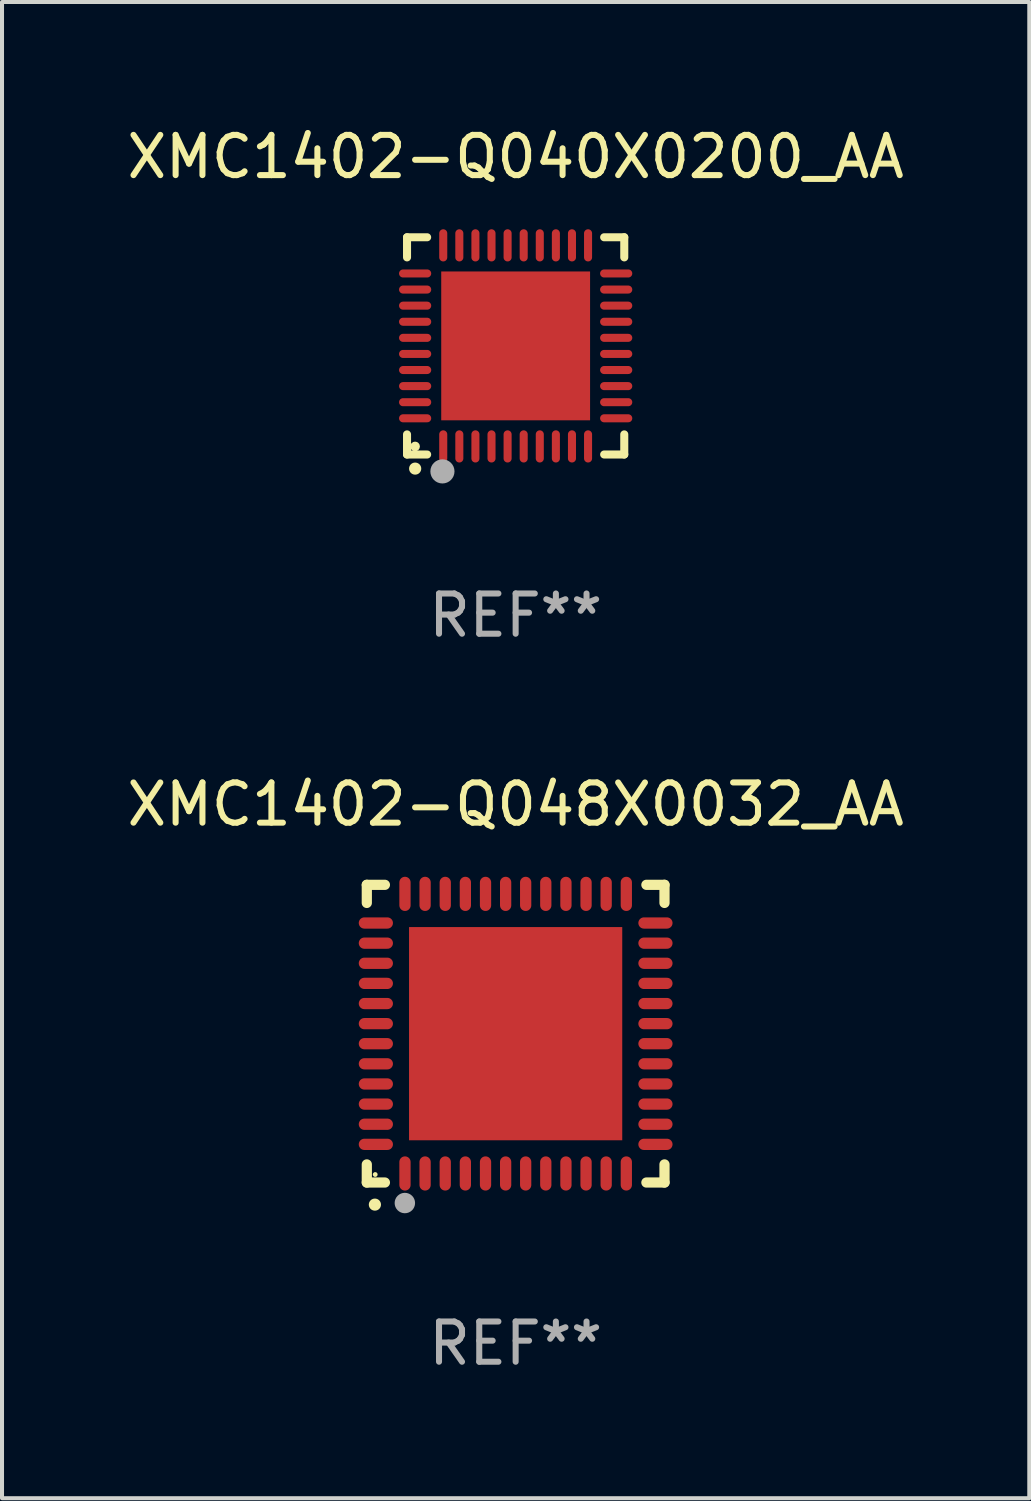
<source format=kicad_pcb>
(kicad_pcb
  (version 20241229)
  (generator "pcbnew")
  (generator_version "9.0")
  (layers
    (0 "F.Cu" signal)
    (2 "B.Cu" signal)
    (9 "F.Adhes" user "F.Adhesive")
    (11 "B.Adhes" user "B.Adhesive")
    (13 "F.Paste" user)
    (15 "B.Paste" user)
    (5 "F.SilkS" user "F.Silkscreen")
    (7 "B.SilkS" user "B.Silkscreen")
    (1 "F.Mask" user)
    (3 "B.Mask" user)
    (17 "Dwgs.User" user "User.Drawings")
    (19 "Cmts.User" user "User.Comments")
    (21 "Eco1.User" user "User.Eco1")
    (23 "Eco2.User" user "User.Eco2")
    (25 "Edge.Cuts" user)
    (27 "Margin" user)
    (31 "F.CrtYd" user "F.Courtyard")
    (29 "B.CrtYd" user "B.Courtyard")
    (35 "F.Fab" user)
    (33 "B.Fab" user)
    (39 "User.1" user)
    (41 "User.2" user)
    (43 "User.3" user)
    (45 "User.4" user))
  (footprint "XMC1402-Q040X0200_AA"
    (layer "F.Cu")
    (at 9.768 5.548)
    (property "Reference" "XMC1402-Q040X0200_AA" (at 0 -4.7 0) (layer "F.SilkS") (effects (font (size 1 1) (thickness 0.15))))
    (attr through_hole)
    (fp_line (start -2.7 -2.7) (end -2.7 -2.2) (stroke (width 0.2) (type solid)) (layer "F.SilkS"))
    (fp_line (start -2.7 2.7) (end -2.7 2.2) (stroke (width 0.2) (type solid)) (layer "F.SilkS"))
    (fp_line (start -2.2 -2.7) (end -2.7 -2.7) (stroke (width 0.2) (type solid)) (layer "F.SilkS"))
    (fp_line (start -2.2 2.7) (end -2.7 2.7) (stroke (width 0.2) (type solid)) (layer "F.SilkS"))
    (fp_line (start 2.7 -2.7) (end 2.2 -2.7) (stroke (width 0.2) (type solid)) (layer "F.SilkS"))
    (fp_line (start 2.7 -2.2) (end 2.7 -2.7) (stroke (width 0.2) (type solid)) (layer "F.SilkS"))
    (fp_line (start 2.7 2.2) (end 2.7 2.7) (stroke (width 0.2) (type solid)) (layer "F.SilkS"))
    (fp_line (start 2.7 2.7) (end 2.2 2.7) (stroke (width 0.2) (type solid)) (layer "F.SilkS"))
    (fp_arc (start -2.499365 3.050546) (mid -2.498095 3.050541) (end -2.496825 3.050546) (stroke (width 0.3) (type solid)) (layer "F.SilkS"))
    (fp_circle (center -2.5 2.5) (end -2.44 2.5) (stroke (width 0.12) (type solid)) (fill no) (layer "F.SilkS"))
    (fp_circle (center -1.82 3.12) (end -1.67 3.12) (stroke (width 0.3) (type solid)) (fill no) (layer "F.Fab"))
    (fp_text user "REF**" (at 0 6.7 0) (layer "F.Fab") (effects (font (size 1 1) (thickness 0.15))))
    (pad "1" smd oval (at -1.8 2.499) (size 0.2 0.8) (layers "F.Cu" "F.Mask" "F.Paste"))
    (pad "2" smd oval (at -1.4 2.499) (size 0.2 0.8) (layers "F.Cu" "F.Mask" "F.Paste"))
    (pad "3" smd oval (at -1 2.499) (size 0.2 0.8) (layers "F.Cu" "F.Mask" "F.Paste"))
    (pad "4" smd oval (at -0.6 2.499) (size 0.2 0.8) (layers "F.Cu" "F.Mask" "F.Paste"))
    (pad "5" smd oval (at -0.2 2.499) (size 0.2 0.8) (layers "F.Cu" "F.Mask" "F.Paste"))
    (pad "6" smd oval (at 0.2 2.499) (size 0.2 0.8) (layers "F.Cu" "F.Mask" "F.Paste"))
    (pad "7" smd oval (at 0.6 2.499) (size 0.2 0.8) (layers "F.Cu" "F.Mask" "F.Paste"))
    (pad "8" smd oval (at 1 2.499) (size 0.2 0.8) (layers "F.Cu" "F.Mask" "F.Paste"))
    (pad "9" smd oval (at 1.4 2.499) (size 0.2 0.8) (layers "F.Cu" "F.Mask" "F.Paste"))
    (pad "10" smd oval (at 1.8 2.499) (size 0.2 0.8) (layers "F.Cu" "F.Mask" "F.Paste"))
    (pad "11" smd oval (at 2.499 1.8) (size 0.8 0.2) (layers "F.Cu" "F.Mask" "F.Paste"))
    (pad "12" smd oval (at 2.499 1.4) (size 0.8 0.2) (layers "F.Cu" "F.Mask" "F.Paste"))
    (pad "13" smd oval (at 2.499 1) (size 0.8 0.2) (layers "F.Cu" "F.Mask" "F.Paste"))
    (pad "14" smd oval (at 2.499 0.6) (size 0.8 0.2) (layers "F.Cu" "F.Mask" "F.Paste"))
    (pad "15" smd oval (at 2.499 0.2) (size 0.8 0.2) (layers "F.Cu" "F.Mask" "F.Paste"))
    (pad "16" smd oval (at 2.499 -0.2) (size 0.8 0.2) (layers "F.Cu" "F.Mask" "F.Paste"))
    (pad "17" smd oval (at 2.499 -0.6) (size 0.8 0.2) (layers "F.Cu" "F.Mask" "F.Paste"))
    (pad "18" smd oval (at 2.499 -1) (size 0.8 0.2) (layers "F.Cu" "F.Mask" "F.Paste"))
    (pad "19" smd oval (at 2.499 -1.4) (size 0.8 0.2) (layers "F.Cu" "F.Mask" "F.Paste"))
    (pad "20" smd oval (at 2.499 -1.8) (size 0.8 0.2) (layers "F.Cu" "F.Mask" "F.Paste"))
    (pad "21" smd oval (at 1.8 -2.499) (size 0.2 0.8) (layers "F.Cu" "F.Mask" "F.Paste"))
    (pad "22" smd oval (at 1.4 -2.499) (size 0.2 0.8) (layers "F.Cu" "F.Mask" "F.Paste"))
    (pad "23" smd oval (at 1 -2.499) (size 0.2 0.8) (layers "F.Cu" "F.Mask" "F.Paste"))
    (pad "24" smd oval (at 0.6 -2.499) (size 0.2 0.8) (layers "F.Cu" "F.Mask" "F.Paste"))
    (pad "25" smd oval (at 0.2 -2.499) (size 0.2 0.8) (layers "F.Cu" "F.Mask" "F.Paste"))
    (pad "26" smd oval (at -0.2 -2.499) (size 0.2 0.8) (layers "F.Cu" "F.Mask" "F.Paste"))
    (pad "27" smd oval (at -0.6 -2.499) (size 0.2 0.8) (layers "F.Cu" "F.Mask" "F.Paste"))
    (pad "28" smd oval (at -1 -2.499) (size 0.2 0.8) (layers "F.Cu" "F.Mask" "F.Paste"))
    (pad "29" smd oval (at -1.4 -2.499) (size 0.2 0.8) (layers "F.Cu" "F.Mask" "F.Paste"))
    (pad "30" smd oval (at -1.8 -2.499) (size 0.2 0.8) (layers "F.Cu" "F.Mask" "F.Paste"))
    (pad "31" smd oval (at -2.499 -1.8) (size 0.8 0.2) (layers "F.Cu" "F.Mask" "F.Paste"))
    (pad "32" smd oval (at -2.499 -1.4) (size 0.8 0.2) (layers "F.Cu" "F.Mask" "F.Paste"))
    (pad "33" smd oval (at -2.499 -1) (size 0.8 0.2) (layers "F.Cu" "F.Mask" "F.Paste"))
    (pad "34" smd oval (at -2.499 -0.6) (size 0.8 0.2) (layers "F.Cu" "F.Mask" "F.Paste"))
    (pad "35" smd oval (at -2.499 -0.2) (size 0.8 0.2) (layers "F.Cu" "F.Mask" "F.Paste"))
    (pad "36" smd oval (at -2.499 0.2) (size 0.8 0.2) (layers "F.Cu" "F.Mask" "F.Paste"))
    (pad "37" smd oval (at -2.499 0.6) (size 0.8 0.2) (layers "F.Cu" "F.Mask" "F.Paste"))
    (pad "38" smd oval (at -2.499 1) (size 0.8 0.2) (layers "F.Cu" "F.Mask" "F.Paste"))
    (pad "39" smd oval (at -2.499 1.4) (size 0.8 0.2) (layers "F.Cu" "F.Mask" "F.Paste"))
    (pad "40" smd oval (at -2.499 1.8) (size 0.8 0.2) (layers "F.Cu" "F.Mask" "F.Paste"))
    (pad "41" smd rect (at 0 0) (size 3.7 3.7) (layers "F.Cu" "F.Mask" "F.Paste")))
  (footprint "XMC1402-Q048X0032_AA"
    (layer "F.Cu")
    (at 9.768 22.645)
    (property "Reference" "XMC1402-Q048X0032_AA" (at 0 -5.7 0) (layer "F.SilkS") (effects (font (size 1 1) (thickness 0.15))))
    (attr through_hole)
    (fp_line (start -3.7 -3.7) (end -3.25 -3.7) (stroke (width 0.254) (type solid)) (layer "F.SilkS"))
    (fp_line (start -3.7 -3.25) (end -3.7 -3.7) (stroke (width 0.254) (type solid)) (layer "F.SilkS"))
    (fp_line (start -3.7 3.7) (end -3.7 3.25) (stroke (width 0.254) (type solid)) (layer "F.SilkS"))
    (fp_line (start -3.25 3.7) (end -3.7 3.7) (stroke (width 0.254) (type solid)) (layer "F.SilkS"))
    (fp_line (start 3.25 3.7) (end 3.7 3.7) (stroke (width 0.254) (type solid)) (layer "F.SilkS"))
    (fp_line (start 3.7 -3.7) (end 3.25 -3.7) (stroke (width 0.254) (type solid)) (layer "F.SilkS"))
    (fp_line (start 3.7 -3.25) (end 3.7 -3.7) (stroke (width 0.254) (type solid)) (layer "F.SilkS"))
    (fp_line (start 3.7 3.7) (end 3.7 3.25) (stroke (width 0.254) (type solid)) (layer "F.SilkS"))
    (fp_arc (start -3.500127 4.249428) (mid -3.498857 4.249423) (end -3.497587 4.249428) (stroke (width 0.3) (type solid)) (layer "F.SilkS"))
    (fp_circle (center -3.491 3.501) (end -3.461 3.501) (stroke (width 0.06) (type solid)) (fill no) (layer "F.SilkS"))
    (fp_circle (center -2.754 4.21) (end -2.627 4.21) (stroke (width 0.254) (type solid)) (fill no) (layer "F.Fab"))
    (fp_text user "REF**" (at 0 7.7 0) (layer "F.Fab") (effects (font (size 1 1) (thickness 0.15))))
    (pad "1" smd oval (at -2.751 3.475) (size 0.28 0.85) (layers "F.Cu" "F.Mask" "F.Paste"))
    (pad "2" smd oval (at -2.251 3.475) (size 0.28 0.85) (layers "F.Cu" "F.Mask" "F.Paste"))
    (pad "3" smd oval (at -1.75 3.475) (size 0.28 0.85) (layers "F.Cu" "F.Mask" "F.Paste"))
    (pad "4" smd oval (at -1.25 3.475) (size 0.28 0.85) (layers "F.Cu" "F.Mask" "F.Paste"))
    (pad "5" smd oval (at -0.749 3.475) (size 0.28 0.85) (layers "F.Cu" "F.Mask" "F.Paste"))
    (pad "6" smd oval (at -0.249 3.475) (size 0.28 0.85) (layers "F.Cu" "F.Mask" "F.Paste"))
    (pad "7" smd oval (at 0.249 3.475) (size 0.28 0.85) (layers "F.Cu" "F.Mask" "F.Paste"))
    (pad "8" smd oval (at 0.749 3.475) (size 0.28 0.85) (layers "F.Cu" "F.Mask" "F.Paste"))
    (pad "9" smd oval (at 1.25 3.475) (size 0.28 0.85) (layers "F.Cu" "F.Mask" "F.Paste"))
    (pad "10" smd oval (at 1.75 3.475) (size 0.28 0.85) (layers "F.Cu" "F.Mask" "F.Paste"))
    (pad "11" smd oval (at 2.25 3.475) (size 0.28 0.85) (layers "F.Cu" "F.Mask" "F.Paste"))
    (pad "12" smd oval (at 2.751 3.475) (size 0.28 0.85) (layers "F.Cu" "F.Mask" "F.Paste"))
    (pad "13" smd oval (at 3.475 2.751) (size 0.85 0.28) (layers "F.Cu" "F.Mask" "F.Paste"))
    (pad "14" smd oval (at 3.475 2.251) (size 0.85 0.28) (layers "F.Cu" "F.Mask" "F.Paste"))
    (pad "15" smd oval (at 3.475 1.75) (size 0.85 0.28) (layers "F.Cu" "F.Mask" "F.Paste"))
    (pad "16" smd oval (at 3.475 1.25) (size 0.85 0.28) (layers "F.Cu" "F.Mask" "F.Paste"))
    (pad "17" smd oval (at 3.475 0.749) (size 0.85 0.28) (layers "F.Cu" "F.Mask" "F.Paste"))
    (pad "18" smd oval (at 3.475 0.249) (size 0.85 0.28) (layers "F.Cu" "F.Mask" "F.Paste"))
    (pad "19" smd oval (at 3.475 -0.249) (size 0.85 0.28) (layers "F.Cu" "F.Mask" "F.Paste"))
    (pad "20" smd oval (at 3.475 -0.749) (size 0.85 0.28) (layers "F.Cu" "F.Mask" "F.Paste"))
    (pad "21" smd oval (at 3.475 -1.25) (size 0.85 0.28) (layers "F.Cu" "F.Mask" "F.Paste"))
    (pad "22" smd oval (at 3.475 -1.75) (size 0.85 0.28) (layers "F.Cu" "F.Mask" "F.Paste"))
    (pad "23" smd oval (at 3.475 -2.25) (size 0.85 0.28) (layers "F.Cu" "F.Mask" "F.Paste"))
    (pad "24" smd oval (at 3.475 -2.751) (size 0.85 0.28) (layers "F.Cu" "F.Mask" "F.Paste"))
    (pad "25" smd oval (at 2.751 -3.475) (size 0.28 0.85) (layers "F.Cu" "F.Mask" "F.Paste"))
    (pad "26" smd oval (at 2.25 -3.475) (size 0.28 0.85) (layers "F.Cu" "F.Mask" "F.Paste"))
    (pad "27" smd oval (at 1.75 -3.475) (size 0.28 0.85) (layers "F.Cu" "F.Mask" "F.Paste"))
    (pad "28" smd oval (at 1.25 -3.475) (size 0.28 0.85) (layers "F.Cu" "F.Mask" "F.Paste"))
    (pad "29" smd oval (at 0.749 -3.475) (size 0.28 0.85) (layers "F.Cu" "F.Mask" "F.Paste"))
    (pad "30" smd oval (at 0.249 -3.475) (size 0.28 0.85) (layers "F.Cu" "F.Mask" "F.Paste"))
    (pad "31" smd oval (at -0.249 -3.475) (size 0.28 0.85) (layers "F.Cu" "F.Mask" "F.Paste"))
    (pad "32" smd oval (at -0.749 -3.475) (size 0.28 0.85) (layers "F.Cu" "F.Mask" "F.Paste"))
    (pad "33" smd oval (at -1.25 -3.475) (size 0.28 0.85) (layers "F.Cu" "F.Mask" "F.Paste"))
    (pad "34" smd oval (at -1.75 -3.475) (size 0.28 0.85) (layers "F.Cu" "F.Mask" "F.Paste"))
    (pad "35" smd oval (at -2.251 -3.475) (size 0.28 0.85) (layers "F.Cu" "F.Mask" "F.Paste"))
    (pad "36" smd oval (at -2.751 -3.475) (size 0.28 0.85) (layers "F.Cu" "F.Mask" "F.Paste"))
    (pad "37" smd oval (at -3.475 -2.751) (size 0.85 0.28) (layers "F.Cu" "F.Mask" "F.Paste"))
    (pad "38" smd oval (at -3.475 -2.25) (size 0.85 0.28) (layers "F.Cu" "F.Mask" "F.Paste"))
    (pad "39" smd oval (at -3.475 -1.75) (size 0.85 0.28) (layers "F.Cu" "F.Mask" "F.Paste"))
    (pad "40" smd oval (at -3.475 -1.25) (size 0.85 0.28) (layers "F.Cu" "F.Mask" "F.Paste"))
    (pad "41" smd oval (at -3.475 -0.749) (size 0.85 0.28) (layers "F.Cu" "F.Mask" "F.Paste"))
    (pad "42" smd oval (at -3.475 -0.249) (size 0.85 0.28) (layers "F.Cu" "F.Mask" "F.Paste"))
    (pad "43" smd oval (at -3.475 0.249) (size 0.85 0.28) (layers "F.Cu" "F.Mask" "F.Paste"))
    (pad "44" smd oval (at -3.475 0.749) (size 0.85 0.28) (layers "F.Cu" "F.Mask" "F.Paste"))
    (pad "45" smd oval (at -3.475 1.25) (size 0.85 0.28) (layers "F.Cu" "F.Mask" "F.Paste"))
    (pad "46" smd oval (at -3.475 1.75) (size 0.85 0.28) (layers "F.Cu" "F.Mask" "F.Paste"))
    (pad "47" smd oval (at -3.475 2.251) (size 0.85 0.28) (layers "F.Cu" "F.Mask" "F.Paste"))
    (pad "48" smd oval (at -3.475 2.751) (size 0.85 0.28) (layers "F.Cu" "F.Mask" "F.Paste"))
    (pad "49" smd rect (at -0.000102 0.000102) (size 5.3 5.3) (layers "F.Cu" "F.Mask" "F.Paste")))
  (gr_rect
    (start -3 -3)
    (end 22.536 34.193)
    (stroke (width 0.1) (type default))
    (fill no)
    (layer "Edge.Cuts")))
</source>
